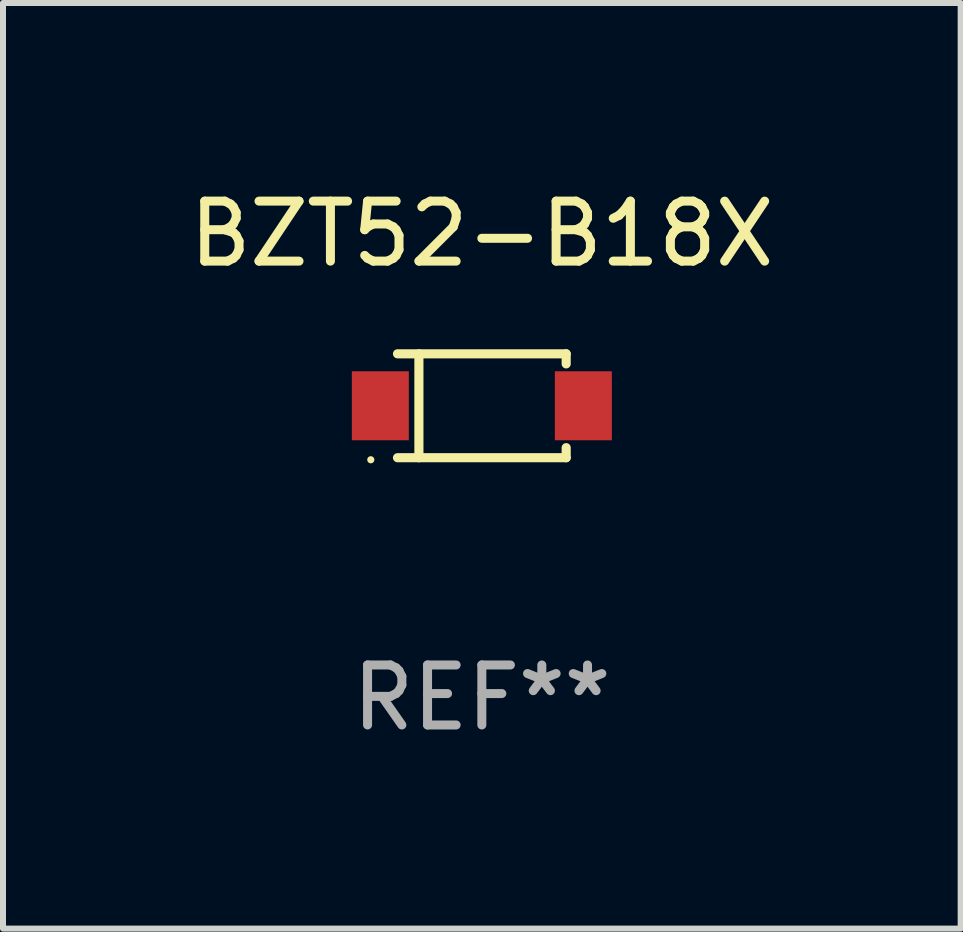
<source format=kicad_pcb>
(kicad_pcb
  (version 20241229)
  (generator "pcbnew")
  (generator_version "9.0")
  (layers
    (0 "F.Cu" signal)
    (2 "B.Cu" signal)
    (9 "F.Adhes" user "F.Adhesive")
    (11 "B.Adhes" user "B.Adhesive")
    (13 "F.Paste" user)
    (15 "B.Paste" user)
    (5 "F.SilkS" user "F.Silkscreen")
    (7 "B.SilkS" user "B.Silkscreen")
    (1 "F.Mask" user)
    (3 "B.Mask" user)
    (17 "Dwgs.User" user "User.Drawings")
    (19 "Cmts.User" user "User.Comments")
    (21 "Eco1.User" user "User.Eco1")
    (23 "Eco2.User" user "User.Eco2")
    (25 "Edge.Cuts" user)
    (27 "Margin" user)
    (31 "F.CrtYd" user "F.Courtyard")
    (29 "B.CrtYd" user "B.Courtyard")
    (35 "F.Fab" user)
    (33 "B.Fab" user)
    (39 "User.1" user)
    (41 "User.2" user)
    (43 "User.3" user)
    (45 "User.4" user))
  (footprint "BZT52-B18X"
    (layer "F.Cu")
    (at 4.982 3.714)
    (property "Reference" "BZT52-B18X" (at 0 -2.866 0) (layer "F.SilkS") (effects (font (size 1 1) (thickness 0.15))))
    (attr through_hole)
    (fp_line (start -1.406 -0.866) (end 1.406 -0.866) (stroke (width 0.152) (type solid)) (layer "F.SilkS"))
    (fp_line (start -1.406 0.866) (end 1.406 0.866) (stroke (width 0.152) (type solid)) (layer "F.SilkS"))
    (fp_line (start -1.049 -0.866) (end -1.049 0.866) (stroke (width 0.152) (type solid)) (layer "F.SilkS"))
    (fp_line (start 1.406 -0.866) (end 1.406 -0.698) (stroke (width 0.152) (type solid)) (layer "F.SilkS"))
    (fp_line (start 1.406 0.866) (end 1.406 0.698) (stroke (width 0.152) (type solid)) (layer "F.SilkS"))
    (fp_circle (center -1.851 0.9) (end -1.821 0.9) (stroke (width 0.06) (type solid)) (fill no) (layer "F.SilkS"))
    (fp_text user "REF**" (at 0 4.866 0) (layer "F.Fab") (effects (font (size 1 1) (thickness 0.15))))
    (pad "1" smd rect (at -1.692 0) (size 0.95 1.15) (layers "F.Cu" "F.Mask" "F.Paste"))
    (pad "2" smd rect (at 1.692 0) (size 0.95 1.15) (layers "F.Cu" "F.Mask" "F.Paste")))
  (gr_rect
    (start -3 -3)
    (end 12.964 12.429)
    (stroke (width 0.1) (type default))
    (fill no)
    (layer "Edge.Cuts")))
</source>
